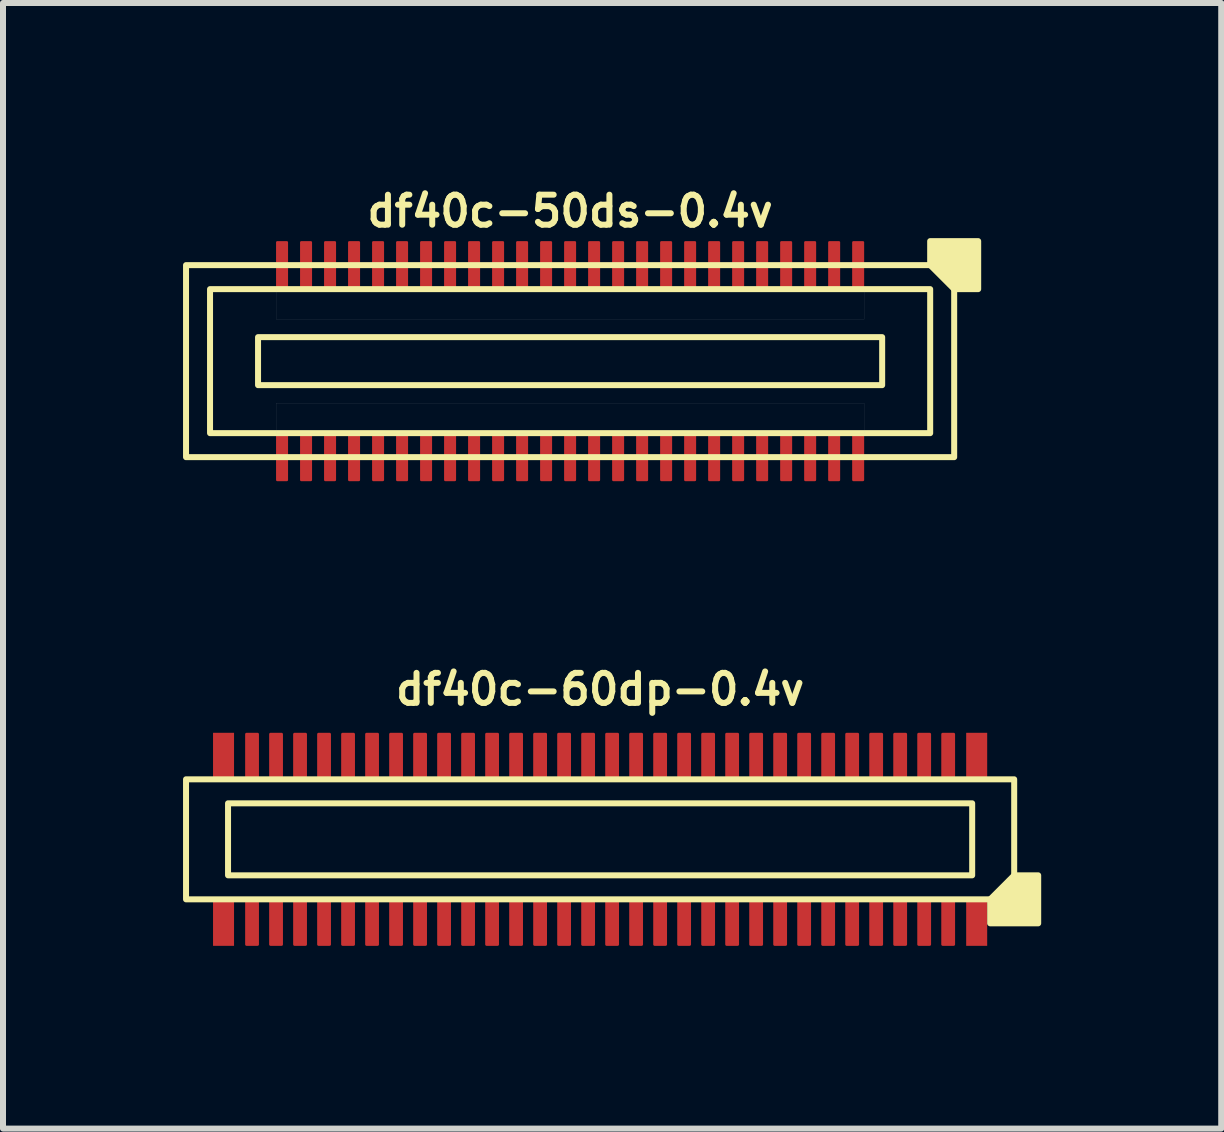
<source format=kicad_pcb>
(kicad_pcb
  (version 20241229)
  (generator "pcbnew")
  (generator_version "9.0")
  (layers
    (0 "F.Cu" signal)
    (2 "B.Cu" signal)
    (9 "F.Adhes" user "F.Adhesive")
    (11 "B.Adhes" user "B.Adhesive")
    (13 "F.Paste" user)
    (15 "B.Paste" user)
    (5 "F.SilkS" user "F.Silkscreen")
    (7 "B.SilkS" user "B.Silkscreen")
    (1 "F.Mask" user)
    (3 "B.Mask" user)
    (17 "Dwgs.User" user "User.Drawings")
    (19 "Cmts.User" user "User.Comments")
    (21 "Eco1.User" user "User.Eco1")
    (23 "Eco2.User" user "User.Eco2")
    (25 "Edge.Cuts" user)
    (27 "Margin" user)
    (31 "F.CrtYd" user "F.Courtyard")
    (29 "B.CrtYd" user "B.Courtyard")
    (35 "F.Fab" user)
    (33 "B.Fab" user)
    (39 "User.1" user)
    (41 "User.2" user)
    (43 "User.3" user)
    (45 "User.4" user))
  (footprint "df40c-60dp-0.4v"
    (layer "F.Cu")
    (at 6.95 10.936)
    (property "Reference" "df40c-60dp-0.4v" (at 0 -2.5 180) (layer "F.SilkS") (effects (font (size 0.5 0.5) (thickness 0.1))))
    (attr smd)
    (fp_rect (start -6.45 -1.775) (end -6.1 -1.025) (stroke (width 0) (type solid)) (fill yes) (layer "F.Cu"))
    (fp_rect (start -6.45 1.025) (end -6.1 1.775) (stroke (width 0) (type solid)) (fill yes) (layer "F.Cu"))
    (fp_rect (start 6.1 -1.775) (end 6.45 -1.025) (stroke (width 0) (type solid)) (fill yes) (layer "F.Cu"))
    (fp_rect (start 6.1 1.025) (end 6.45 1.775) (stroke (width 0) (type solid)) (fill yes) (layer "F.Cu"))
    (fp_rect (start -6.48 -1.805) (end -6.07 -0.995) (stroke (width 0) (type solid)) (fill yes) (layer "F.Mask"))
    (fp_rect (start -6.48 0.995) (end -6.07 1.805) (stroke (width 0) (type solid)) (fill yes) (layer "F.Mask"))
    (fp_rect (start 6.07 -0.995) (end 6.48 -1.805) (stroke (width 0.03) (type solid)) (fill yes) (layer "F.Mask"))
    (fp_rect (start 6.07 0.995) (end 6.48 1.805) (stroke (width 0.03) (type solid)) (fill yes) (layer "F.Mask"))
    (fp_rect (start 6.2 -0.6) (end -6.2 0.6) (stroke (width 0.1) (type default)) (fill no) (layer "F.SilkS"))
    (fp_rect (start 6.9 -1) (end -6.9 1) (stroke (width 0.1) (type default)) (fill no) (layer "F.SilkS"))
    (fp_poly (pts (xy 6.5 1) (xy 6.5 1.4) (xy 7.3 1.4) (xy 7.3 0.6) (xy 6.9 0.6)) (stroke (width 0.1) (type solid)) (fill yes) (layer "F.SilkS"))
    (fp_rect (start -6.45 -1.775) (end -6.1 -1.025) (stroke (width 0) (type solid)) (fill yes) (layer "F.Paste"))
    (fp_rect (start -6.1 1.025) (end -6.45 1.775) (stroke (width 0) (type solid)) (fill yes) (layer "F.Paste"))
    (fp_rect (start 6.1 -1.775) (end 6.45 -1.025) (stroke (width 0) (type solid)) (fill yes) (layer "F.Paste"))
    (fp_rect (start 6.1 1.025) (end 6.45 1.775) (stroke (width 0) (type solid)) (fill yes) (layer "F.Paste"))
    (pad "1" smd roundrect (at 5.8 1.4) (size 0.23 0.75) (layers "F.Cu" "F.Mask" "F.Paste") (roundrect_rratio 0.1))
    (pad "2" smd roundrect (at 5.8 -1.4) (size 0.23 0.75) (layers "F.Cu" "F.Mask" "F.Paste") (roundrect_rratio 0.1))
    (pad "3" smd roundrect (at 5.4 1.4) (size 0.23 0.75) (layers "F.Cu" "F.Mask" "F.Paste") (roundrect_rratio 0.1))
    (pad "4" smd roundrect (at 5.4 -1.4) (size 0.23 0.75) (layers "F.Cu" "F.Mask" "F.Paste") (roundrect_rratio 0.1))
    (pad "5" smd roundrect (at 5 1.4) (size 0.23 0.75) (layers "F.Cu" "F.Mask" "F.Paste") (roundrect_rratio 0.1))
    (pad "6" smd roundrect (at 5 -1.4) (size 0.23 0.75) (layers "F.Cu" "F.Mask" "F.Paste") (roundrect_rratio 0.1))
    (pad "7" smd roundrect (at 4.6 1.4) (size 0.23 0.75) (layers "F.Cu" "F.Mask" "F.Paste") (roundrect_rratio 0.1))
    (pad "8" smd roundrect (at 4.6 -1.4) (size 0.23 0.75) (layers "F.Cu" "F.Mask" "F.Paste") (roundrect_rratio 0.1))
    (pad "9" smd roundrect (at 4.2 1.4) (size 0.23 0.75) (layers "F.Cu" "F.Mask" "F.Paste") (roundrect_rratio 0.1))
    (pad "10" smd roundrect (at 4.2 -1.4) (size 0.23 0.75) (layers "F.Cu" "F.Mask" "F.Paste") (roundrect_rratio 0.1))
    (pad "11" smd roundrect (at 3.8 1.4) (size 0.23 0.75) (layers "F.Cu" "F.Mask" "F.Paste") (roundrect_rratio 0.1))
    (pad "12" smd roundrect (at 3.8 -1.4) (size 0.23 0.75) (layers "F.Cu" "F.Mask" "F.Paste") (roundrect_rratio 0.1))
    (pad "13" smd roundrect (at 3.4 1.4) (size 0.23 0.75) (layers "F.Cu" "F.Mask" "F.Paste") (roundrect_rratio 0.1))
    (pad "14" smd roundrect (at 3.4 -1.4) (size 0.23 0.75) (layers "F.Cu" "F.Mask" "F.Paste") (roundrect_rratio 0.1))
    (pad "15" smd roundrect (at 3 1.4) (size 0.23 0.75) (layers "F.Cu" "F.Mask" "F.Paste") (roundrect_rratio 0.1))
    (pad "16" smd roundrect (at 3 -1.4) (size 0.23 0.75) (layers "F.Cu" "F.Mask" "F.Paste") (roundrect_rratio 0.1))
    (pad "17" smd roundrect (at 2.6 1.4) (size 0.23 0.75) (layers "F.Cu" "F.Mask" "F.Paste") (roundrect_rratio 0.1))
    (pad "18" smd roundrect (at 2.6 -1.4) (size 0.23 0.75) (layers "F.Cu" "F.Mask" "F.Paste") (roundrect_rratio 0.1))
    (pad "19" smd roundrect (at 2.2 1.4) (size 0.23 0.75) (layers "F.Cu" "F.Mask" "F.Paste") (roundrect_rratio 0.1))
    (pad "20" smd roundrect (at 2.2 -1.4) (size 0.23 0.75) (layers "F.Cu" "F.Mask" "F.Paste") (roundrect_rratio 0.1))
    (pad "21" smd roundrect (at 1.8 1.4) (size 0.23 0.75) (layers "F.Cu" "F.Mask" "F.Paste") (roundrect_rratio 0.1))
    (pad "22" smd roundrect (at 1.8 -1.4) (size 0.23 0.75) (layers "F.Cu" "F.Mask" "F.Paste") (roundrect_rratio 0.1))
    (pad "23" smd roundrect (at 1.4 1.4) (size 0.23 0.75) (layers "F.Cu" "F.Mask" "F.Paste") (roundrect_rratio 0.1))
    (pad "24" smd roundrect (at 1.4 -1.4) (size 0.23 0.75) (layers "F.Cu" "F.Mask" "F.Paste") (roundrect_rratio 0.1))
    (pad "25" smd roundrect (at 1 1.4) (size 0.23 0.75) (layers "F.Cu" "F.Mask" "F.Paste") (roundrect_rratio 0.1))
    (pad "26" smd roundrect (at 1 -1.4) (size 0.23 0.75) (layers "F.Cu" "F.Mask" "F.Paste") (roundrect_rratio 0.1))
    (pad "27" smd roundrect (at 0.6 1.4) (size 0.23 0.75) (layers "F.Cu" "F.Mask" "F.Paste") (roundrect_rratio 0.1))
    (pad "28" smd roundrect (at 0.6 -1.4) (size 0.23 0.75) (layers "F.Cu" "F.Mask" "F.Paste") (roundrect_rratio 0.1))
    (pad "29" smd roundrect (at 0.2 1.4) (size 0.23 0.75) (layers "F.Cu" "F.Mask" "F.Paste") (roundrect_rratio 0.1))
    (pad "30" smd roundrect (at 0.2 -1.4) (size 0.23 0.75) (layers "F.Cu" "F.Mask" "F.Paste") (roundrect_rratio 0.1))
    (pad "31" smd roundrect (at -0.2 1.4) (size 0.23 0.75) (layers "F.Cu" "F.Mask" "F.Paste") (roundrect_rratio 0.1))
    (pad "32" smd roundrect (at -0.2 -1.4) (size 0.23 0.75) (layers "F.Cu" "F.Mask" "F.Paste") (roundrect_rratio 0.1))
    (pad "33" smd roundrect (at -0.6 1.4) (size 0.23 0.75) (layers "F.Cu" "F.Mask" "F.Paste") (roundrect_rratio 0.1))
    (pad "34" smd roundrect (at -0.6 -1.4) (size 0.23 0.75) (layers "F.Cu" "F.Mask" "F.Paste") (roundrect_rratio 0.1))
    (pad "35" smd roundrect (at -1 1.4) (size 0.23 0.75) (layers "F.Cu" "F.Mask" "F.Paste") (roundrect_rratio 0.1))
    (pad "36" smd roundrect (at -1 -1.4) (size 0.23 0.75) (layers "F.Cu" "F.Mask" "F.Paste") (roundrect_rratio 0.1))
    (pad "37" smd roundrect (at -1.4 1.4) (size 0.23 0.75) (layers "F.Cu" "F.Mask" "F.Paste") (roundrect_rratio 0.1))
    (pad "38" smd roundrect (at -1.4 -1.4) (size 0.23 0.75) (layers "F.Cu" "F.Mask" "F.Paste") (roundrect_rratio 0.1))
    (pad "39" smd roundrect (at -1.8 1.4) (size 0.23 0.75) (layers "F.Cu" "F.Mask" "F.Paste") (roundrect_rratio 0.1))
    (pad "40" smd roundrect (at -1.8 -1.4) (size 0.23 0.75) (layers "F.Cu" "F.Mask" "F.Paste") (roundrect_rratio 0.1))
    (pad "41" smd roundrect (at -2.2 1.4) (size 0.23 0.75) (layers "F.Cu" "F.Mask" "F.Paste") (roundrect_rratio 0.1))
    (pad "42" smd roundrect (at -2.2 -1.4) (size 0.23 0.75) (layers "F.Cu" "F.Mask" "F.Paste") (roundrect_rratio 0.1))
    (pad "43" smd roundrect (at -2.6 1.4) (size 0.23 0.75) (layers "F.Cu" "F.Mask" "F.Paste") (roundrect_rratio 0.1))
    (pad "44" smd roundrect (at -2.6 -1.4) (size 0.23 0.75) (layers "F.Cu" "F.Mask" "F.Paste") (roundrect_rratio 0.1))
    (pad "45" smd roundrect (at -3 1.4) (size 0.23 0.75) (layers "F.Cu" "F.Mask" "F.Paste") (roundrect_rratio 0.1))
    (pad "46" smd roundrect (at -3 -1.4) (size 0.23 0.75) (layers "F.Cu" "F.Mask" "F.Paste") (roundrect_rratio 0.1))
    (pad "47" smd roundrect (at -3.4 1.4) (size 0.23 0.75) (layers "F.Cu" "F.Mask" "F.Paste") (roundrect_rratio 0.1))
    (pad "48" smd roundrect (at -3.4 -1.4) (size 0.23 0.75) (layers "F.Cu" "F.Mask" "F.Paste") (roundrect_rratio 0.1))
    (pad "49" smd roundrect (at -3.8 1.4) (size 0.23 0.75) (layers "F.Cu" "F.Mask" "F.Paste") (roundrect_rratio 0.1))
    (pad "50" smd roundrect (at -3.8 -1.4) (size 0.23 0.75) (layers "F.Cu" "F.Mask" "F.Paste") (roundrect_rratio 0.1))
    (pad "51" smd roundrect (at -4.2 1.4) (size 0.23 0.75) (layers "F.Cu" "F.Mask" "F.Paste") (roundrect_rratio 0.1))
    (pad "52" smd roundrect (at -4.2 -1.4) (size 0.23 0.75) (layers "F.Cu" "F.Mask" "F.Paste") (roundrect_rratio 0.1))
    (pad "53" smd roundrect (at -4.6 1.4) (size 0.23 0.75) (layers "F.Cu" "F.Mask" "F.Paste") (roundrect_rratio 0.1))
    (pad "54" smd roundrect (at -4.6 -1.4) (size 0.23 0.75) (layers "F.Cu" "F.Mask" "F.Paste") (roundrect_rratio 0.1))
    (pad "55" smd roundrect (at -5 1.4) (size 0.23 0.75) (layers "F.Cu" "F.Mask" "F.Paste") (roundrect_rratio 0.1))
    (pad "56" smd roundrect (at -5 -1.4) (size 0.23 0.75) (layers "F.Cu" "F.Mask" "F.Paste") (roundrect_rratio 0.1))
    (pad "57" smd roundrect (at -5.4 1.4) (size 0.23 0.75) (layers "F.Cu" "F.Mask" "F.Paste") (roundrect_rratio 0.1))
    (pad "58" smd roundrect (at -5.4 -1.4) (size 0.23 0.75) (layers "F.Cu" "F.Mask" "F.Paste") (roundrect_rratio 0.1))
    (pad "59" smd roundrect (at -5.8 1.4) (size 0.23 0.75) (layers "F.Cu" "F.Mask" "F.Paste") (roundrect_rratio 0.1))
    (pad "60" smd roundrect (at -5.8 -1.4) (size 0.23 0.75) (layers "F.Cu" "F.Mask" "F.Paste") (roundrect_rratio 0.1)))
  (footprint "df40c-50ds-0.4v"
    (layer "F.Cu")
    (at 6.45 2.968)
    (property "Reference" "df40c-50ds-0.4v" (at 0 -2.5 180) (layer "F.SilkS") (effects (font (size 0.5 0.5) (thickness 0.1))))
    (attr smd)
    (fp_rect (start -5.2 -0.4) (end 5.2 0.4) (stroke (width 0.1) (type default)) (fill no) (layer "F.SilkS"))
    (fp_rect (start 6 -1.2) (end -6 1.2) (stroke (width 0.1) (type default)) (fill no) (layer "F.SilkS"))
    (fp_rect (start 6.4 -1.6) (end -6.4 1.6) (stroke (width 0.1) (type default)) (fill no) (layer "F.SilkS"))
    (fp_poly (pts (xy 6 -1.6) (xy 6 -2) (xy 6.8 -2) (xy 6.8 -1.2) (xy 6.4 -1.2)) (stroke (width 0.1) (type solid)) (fill yes) (layer "F.SilkS"))
    (fp_poly (pts (xy -4.9 -1.2) (xy 4.9 -1.2) (xy 4.9 -0.7) (xy -4.9 -0.7)) (stroke (width 0.001) (type solid)) (fill no) (layer "Dwgs.User"))
    (fp_poly (pts (xy -4.9 0.7) (xy 4.9 0.7) (xy 4.9 1.2) (xy -4.9 1.2)) (stroke (width 0.001) (type solid)) (fill no) (layer "Dwgs.User"))
    (pad "1" smd roundrect (at 4.8 -1.6) (size 0.2 0.8) (layers "F.Cu" "F.Mask" "F.Paste") (roundrect_rratio 0.1))
    (pad "2" smd roundrect (at 4.8 1.6) (size 0.2 0.8) (layers "F.Cu" "F.Mask" "F.Paste") (roundrect_rratio 0.1))
    (pad "3" smd roundrect (at 4.4 -1.6) (size 0.2 0.8) (layers "F.Cu" "F.Mask" "F.Paste") (roundrect_rratio 0.1))
    (pad "4" smd roundrect (at 4.4 1.6) (size 0.2 0.8) (layers "F.Cu" "F.Mask" "F.Paste") (roundrect_rratio 0.1))
    (pad "5" smd roundrect (at 4 -1.6) (size 0.2 0.8) (layers "F.Cu" "F.Mask" "F.Paste") (roundrect_rratio 0.1))
    (pad "6" smd roundrect (at 4 1.6) (size 0.2 0.8) (layers "F.Cu" "F.Mask" "F.Paste") (roundrect_rratio 0.1))
    (pad "7" smd roundrect (at 3.6 -1.6) (size 0.2 0.8) (layers "F.Cu" "F.Mask" "F.Paste") (roundrect_rratio 0.1))
    (pad "8" smd roundrect (at 3.6 1.6) (size 0.2 0.8) (layers "F.Cu" "F.Mask" "F.Paste") (roundrect_rratio 0.1))
    (pad "9" smd roundrect (at 3.2 -1.6) (size 0.2 0.8) (layers "F.Cu" "F.Mask" "F.Paste") (roundrect_rratio 0.1))
    (pad "10" smd roundrect (at 3.2 1.6) (size 0.2 0.8) (layers "F.Cu" "F.Mask" "F.Paste") (roundrect_rratio 0.1))
    (pad "11" smd roundrect (at 2.8 -1.6) (size 0.2 0.8) (layers "F.Cu" "F.Mask" "F.Paste") (roundrect_rratio 0.1))
    (pad "12" smd roundrect (at 2.8 1.6) (size 0.2 0.8) (layers "F.Cu" "F.Mask" "F.Paste") (roundrect_rratio 0.1))
    (pad "13" smd roundrect (at 2.4 -1.6) (size 0.2 0.8) (layers "F.Cu" "F.Mask" "F.Paste") (roundrect_rratio 0.1))
    (pad "14" smd roundrect (at 2.4 1.6) (size 0.2 0.8) (layers "F.Cu" "F.Mask" "F.Paste") (roundrect_rratio 0.1))
    (pad "15" smd roundrect (at 2 -1.6) (size 0.2 0.8) (layers "F.Cu" "F.Mask" "F.Paste") (roundrect_rratio 0.1))
    (pad "16" smd roundrect (at 2 1.6) (size 0.2 0.8) (layers "F.Cu" "F.Mask" "F.Paste") (roundrect_rratio 0.1))
    (pad "17" smd roundrect (at 1.6 -1.6) (size 0.2 0.8) (layers "F.Cu" "F.Mask" "F.Paste") (roundrect_rratio 0.1))
    (pad "18" smd roundrect (at 1.6 1.6) (size 0.2 0.8) (layers "F.Cu" "F.Mask" "F.Paste") (roundrect_rratio 0.1))
    (pad "19" smd roundrect (at 1.2 -1.6) (size 0.2 0.8) (layers "F.Cu" "F.Mask" "F.Paste") (roundrect_rratio 0.1))
    (pad "20" smd roundrect (at 1.2 1.6) (size 0.2 0.8) (layers "F.Cu" "F.Mask" "F.Paste") (roundrect_rratio 0.1))
    (pad "21" smd roundrect (at 0.8 -1.6) (size 0.2 0.8) (layers "F.Cu" "F.Mask" "F.Paste") (roundrect_rratio 0.1))
    (pad "22" smd roundrect (at 0.8 1.6) (size 0.2 0.8) (layers "F.Cu" "F.Mask" "F.Paste") (roundrect_rratio 0.1))
    (pad "23" smd roundrect (at 0.4 -1.6) (size 0.2 0.8) (layers "F.Cu" "F.Mask" "F.Paste") (roundrect_rratio 0.1))
    (pad "24" smd roundrect (at 0.4 1.6) (size 0.2 0.8) (layers "F.Cu" "F.Mask" "F.Paste") (roundrect_rratio 0.1))
    (pad "25" smd roundrect (at 0 -1.6) (size 0.2 0.8) (layers "F.Cu" "F.Mask" "F.Paste") (roundrect_rratio 0.1))
    (pad "26" smd roundrect (at 0 1.6) (size 0.2 0.8) (layers "F.Cu" "F.Mask" "F.Paste") (roundrect_rratio 0.1))
    (pad "27" smd roundrect (at -0.4 -1.6) (size 0.2 0.8) (layers "F.Cu" "F.Mask" "F.Paste") (roundrect_rratio 0.1))
    (pad "28" smd roundrect (at -0.4 1.6) (size 0.2 0.8) (layers "F.Cu" "F.Mask" "F.Paste") (roundrect_rratio 0.1))
    (pad "29" smd roundrect (at -0.8 -1.6) (size 0.2 0.8) (layers "F.Cu" "F.Mask" "F.Paste") (roundrect_rratio 0.1))
    (pad "30" smd roundrect (at -0.8 1.6) (size 0.2 0.8) (layers "F.Cu" "F.Mask" "F.Paste") (roundrect_rratio 0.1))
    (pad "31" smd roundrect (at -1.2 -1.6) (size 0.2 0.8) (layers "F.Cu" "F.Mask" "F.Paste") (roundrect_rratio 0.1))
    (pad "32" smd roundrect (at -1.2 1.6) (size 0.2 0.8) (layers "F.Cu" "F.Mask" "F.Paste") (roundrect_rratio 0.1))
    (pad "33" smd roundrect (at -1.6 -1.6) (size 0.2 0.8) (layers "F.Cu" "F.Mask" "F.Paste") (roundrect_rratio 0.1))
    (pad "34" smd roundrect (at -1.6 1.6) (size 0.2 0.8) (layers "F.Cu" "F.Mask" "F.Paste") (roundrect_rratio 0.1))
    (pad "35" smd roundrect (at -2 -1.6) (size 0.2 0.8) (layers "F.Cu" "F.Mask" "F.Paste") (roundrect_rratio 0.1))
    (pad "36" smd roundrect (at -2 1.6) (size 0.2 0.8) (layers "F.Cu" "F.Mask" "F.Paste") (roundrect_rratio 0.1))
    (pad "37" smd roundrect (at -2.4 -1.6) (size 0.2 0.8) (layers "F.Cu" "F.Mask" "F.Paste") (roundrect_rratio 0.1))
    (pad "38" smd roundrect (at -2.4 1.6) (size 0.2 0.8) (layers "F.Cu" "F.Mask" "F.Paste") (roundrect_rratio 0.1))
    (pad "39" smd roundrect (at -2.8 -1.6) (size 0.2 0.8) (layers "F.Cu" "F.Mask" "F.Paste") (roundrect_rratio 0.1))
    (pad "40" smd roundrect (at -2.8 1.6) (size 0.2 0.8) (layers "F.Cu" "F.Mask" "F.Paste") (roundrect_rratio 0.1))
    (pad "41" smd roundrect (at -3.2 -1.6) (size 0.2 0.8) (layers "F.Cu" "F.Mask" "F.Paste") (roundrect_rratio 0.1))
    (pad "42" smd roundrect (at -3.2 1.6) (size 0.2 0.8) (layers "F.Cu" "F.Mask" "F.Paste") (roundrect_rratio 0.1))
    (pad "43" smd roundrect (at -3.6 -1.6) (size 0.2 0.8) (layers "F.Cu" "F.Mask" "F.Paste") (roundrect_rratio 0.1))
    (pad "44" smd roundrect (at -3.6 1.6) (size 0.2 0.8) (layers "F.Cu" "F.Mask" "F.Paste") (roundrect_rratio 0.1))
    (pad "45" smd roundrect (at -4 -1.6) (size 0.2 0.8) (layers "F.Cu" "F.Mask" "F.Paste") (roundrect_rratio 0.1))
    (pad "46" smd roundrect (at -4 1.6) (size 0.2 0.8) (layers "F.Cu" "F.Mask" "F.Paste") (roundrect_rratio 0.1))
    (pad "47" smd roundrect (at -4.4 -1.6) (size 0.2 0.8) (layers "F.Cu" "F.Mask" "F.Paste") (roundrect_rratio 0.1))
    (pad "48" smd roundrect (at -4.4 1.6) (size 0.2 0.8) (layers "F.Cu" "F.Mask" "F.Paste") (roundrect_rratio 0.1))
    (pad "49" smd roundrect (at -4.8 -1.6) (size 0.2 0.8) (layers "F.Cu" "F.Mask" "F.Paste") (roundrect_rratio 0.1))
    (pad "50" smd roundrect (at -4.8 1.6) (size 0.2 0.8) (layers "F.Cu" "F.Mask" "F.Paste") (roundrect_rratio 0.1)))
  (gr_rect
    (start -3 -3)
    (end 17.3 15.756)
    (stroke (width 0.1) (type default))
    (fill no)
    (layer "Edge.Cuts")))
</source>
